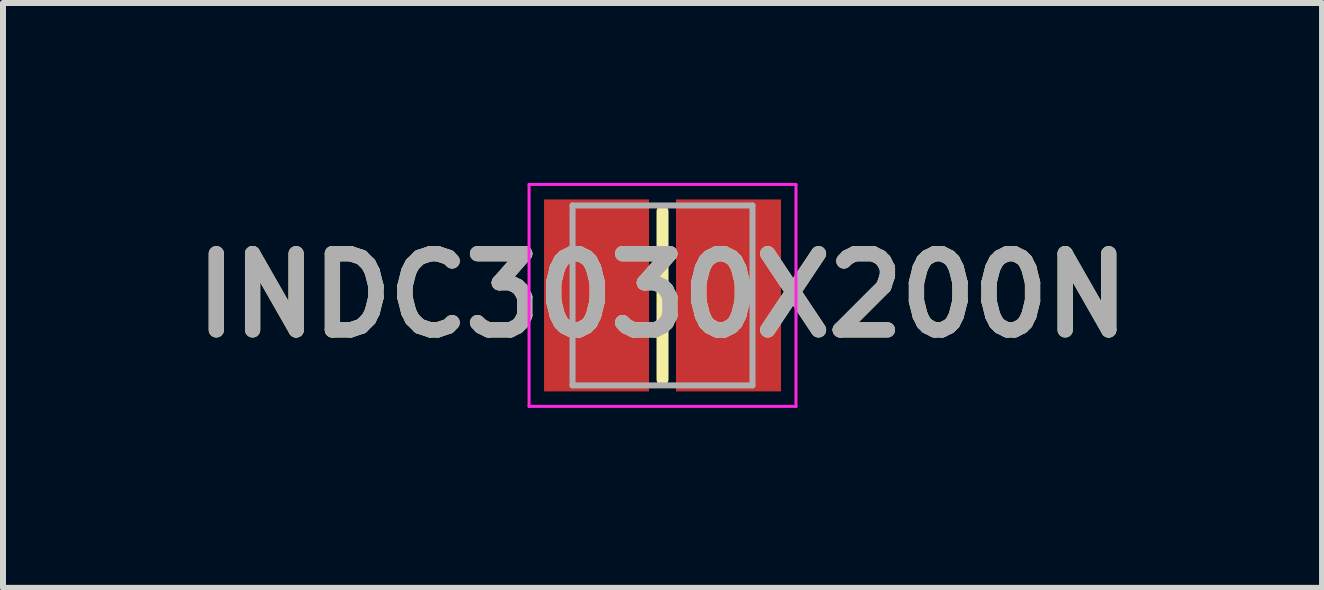
<source format=kicad_pcb>
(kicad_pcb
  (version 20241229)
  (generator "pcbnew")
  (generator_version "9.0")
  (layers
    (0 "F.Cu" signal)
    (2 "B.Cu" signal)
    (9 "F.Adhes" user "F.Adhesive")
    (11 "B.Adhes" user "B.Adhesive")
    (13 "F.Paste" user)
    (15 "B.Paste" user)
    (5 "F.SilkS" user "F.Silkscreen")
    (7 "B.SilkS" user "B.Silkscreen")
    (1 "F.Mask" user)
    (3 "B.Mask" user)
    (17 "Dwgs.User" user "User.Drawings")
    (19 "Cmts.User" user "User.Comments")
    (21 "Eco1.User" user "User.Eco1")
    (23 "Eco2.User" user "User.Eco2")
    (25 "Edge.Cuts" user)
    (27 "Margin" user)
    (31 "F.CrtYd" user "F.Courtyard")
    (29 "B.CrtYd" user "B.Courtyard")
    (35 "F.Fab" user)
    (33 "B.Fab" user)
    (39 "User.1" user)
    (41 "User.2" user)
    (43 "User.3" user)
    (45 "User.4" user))
  (footprint "INDC3030X200N"
    (layer "F.Cu")
    (at 7.995 1.875)
    (property "Reference" "INDC3030X200N" (at 0 0 0) (layer "F.SilkS") (effects (font (size 1.27 1.27) (thickness 0.254))))
    (attr smd)
    (fp_line (start 0 -1.4) (end 0 1.4) (stroke (width 0.2) (type solid)) (layer "F.SilkS"))
    (fp_line (start -2.225 -1.85) (end 2.225 -1.85) (stroke (width 0.05) (type solid)) (layer "F.CrtYd"))
    (fp_line (start -2.225 1.85) (end -2.225 -1.85) (stroke (width 0.05) (type solid)) (layer "F.CrtYd"))
    (fp_line (start 2.225 -1.85) (end 2.225 1.85) (stroke (width 0.05) (type solid)) (layer "F.CrtYd"))
    (fp_line (start 2.225 1.85) (end -2.225 1.85) (stroke (width 0.05) (type solid)) (layer "F.CrtYd"))
    (fp_line (start -1.5 -1.5) (end 1.5 -1.5) (stroke (width 0.1) (type solid)) (layer "F.Fab"))
    (fp_line (start -1.5 1.5) (end -1.5 -1.5) (stroke (width 0.1) (type solid)) (layer "F.Fab"))
    (fp_line (start 1.5 -1.5) (end 1.5 1.5) (stroke (width 0.1) (type solid)) (layer "F.Fab"))
    (fp_line (start 1.5 1.5) (end -1.5 1.5) (stroke (width 0.1) (type solid)) (layer "F.Fab"))
    (fp_text user "${REFERENCE}" (at 0 0 0) (layer "F.Fab") (effects (font (size 1.27 1.27) (thickness 0.254))))
    (pad "1" smd rect (at -1.1 0) (size 1.75 3.2) (layers "F.Cu" "F.Mask" "F.Paste"))
    (pad "2" smd rect (at 1.1 0) (size 1.75 3.2) (layers "F.Cu" "F.Mask" "F.Paste")))
  (gr_rect
    (start -3 -3)
    (end 18.99 6.75)
    (stroke (width 0.1) (type default))
    (fill no)
    (layer "Edge.Cuts")))
</source>
